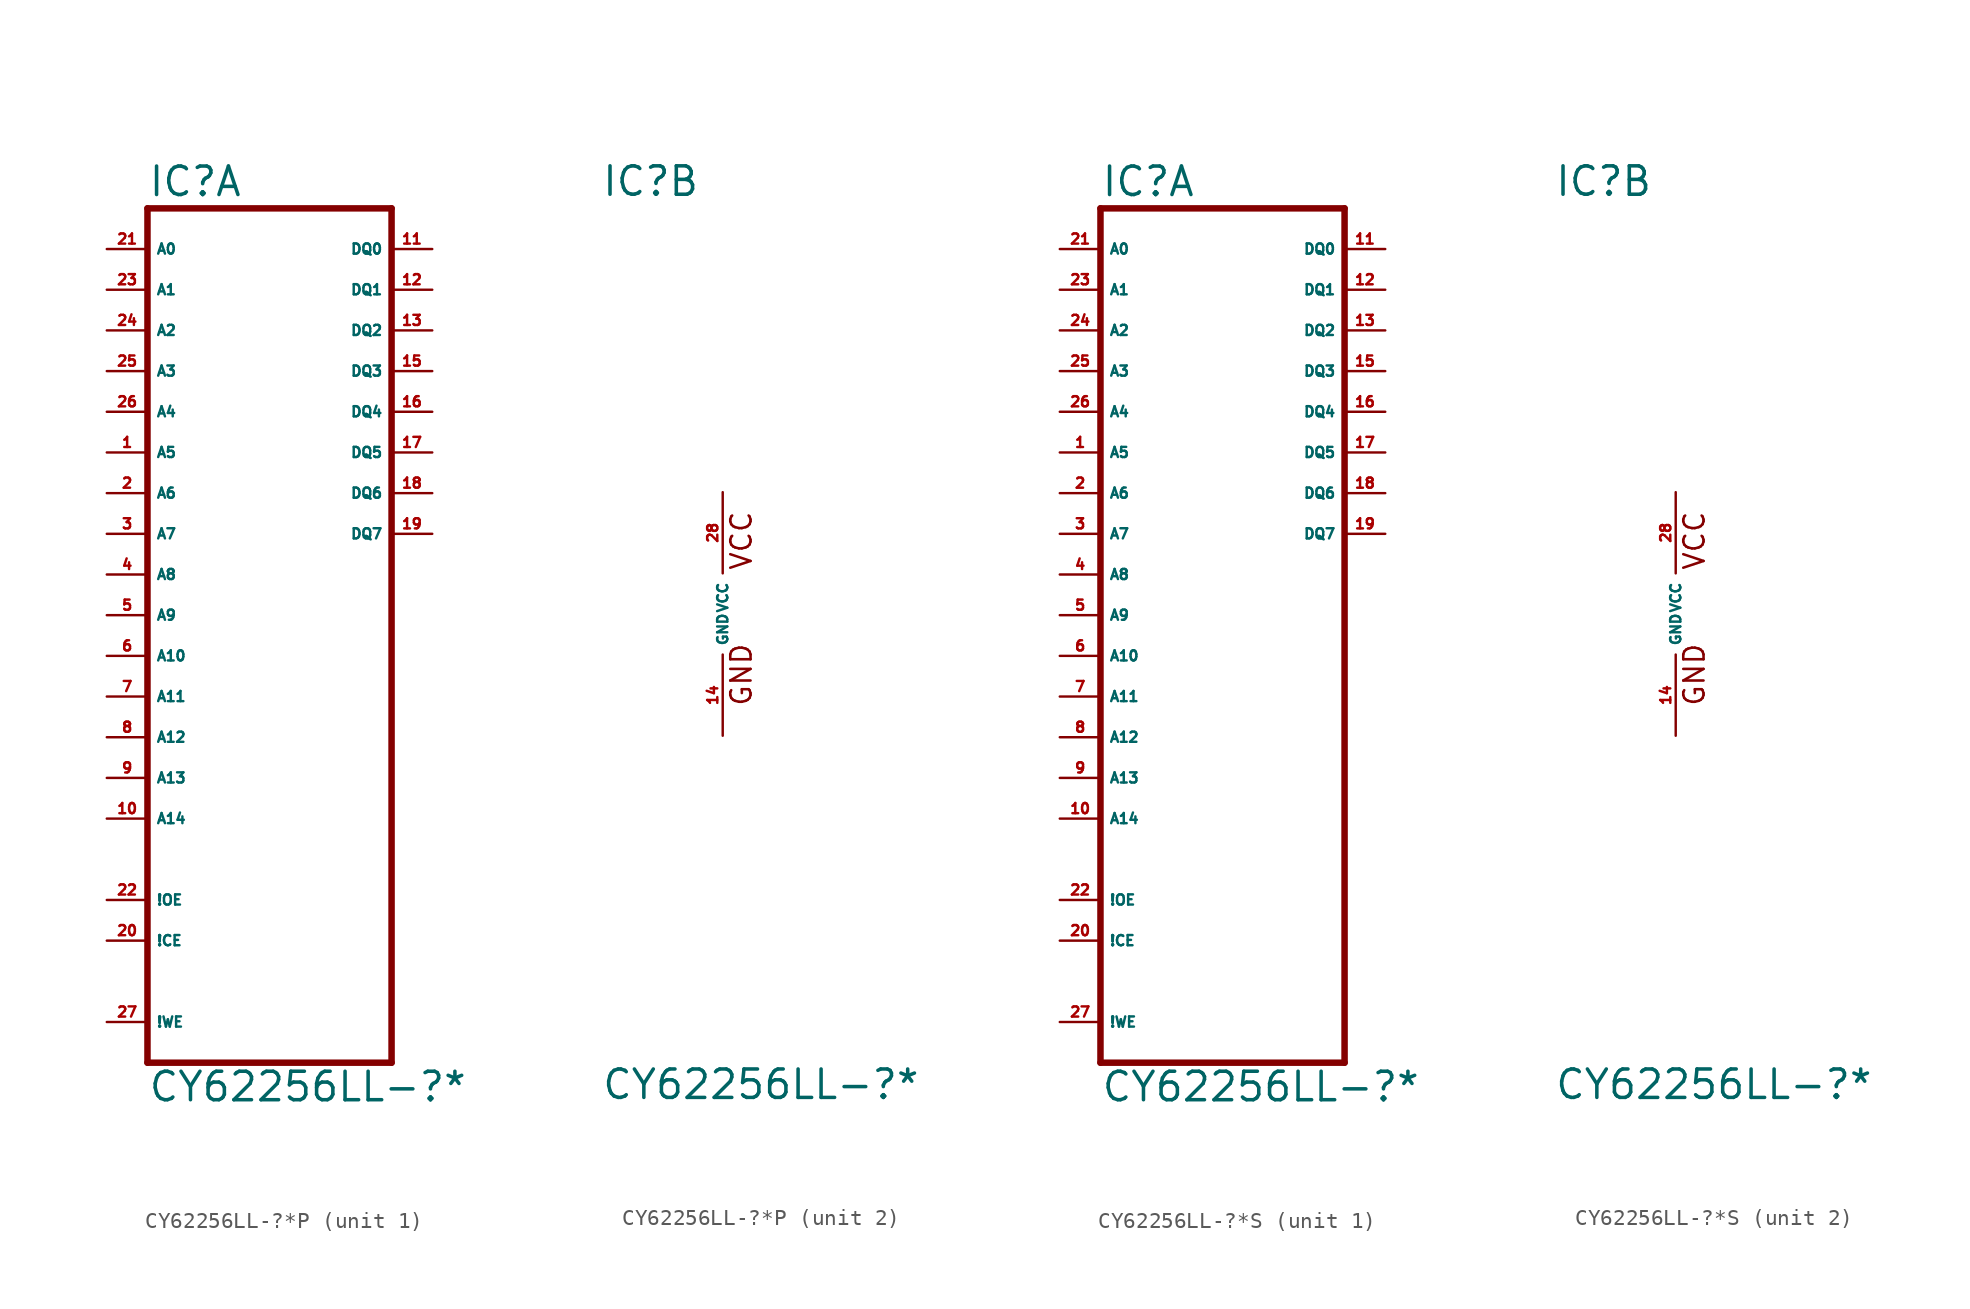
<source format=kicad_sym>
(kicad_symbol_lib
  (version 20220914)
  (generator Eagle2Kicad)
  (symbol "CY62256LL-?*P"
    (property "Reference" "IC"
      (at -7.62 26.035 0)
      (effects (font (size 1.778 1.778) (thickness 0.22)) (justify left bottom)))
    (property "Value" "CY62256LL-?*"
      (at -7.62 -30.48 0)
      (effects (font (size 1.778 1.778) (thickness 0.22)) (justify left bottom)))
    (symbol "CY62256LL-?*P_1_0"
      (polyline (pts (xy -7.62 25.4) (xy -7.62 -27.94)) (stroke (width 0.406) (type default)) (fill (type none)))
      (polyline (pts (xy 7.62 -27.94) (xy -7.62 -27.94)) (stroke (width 0.406) (type default)) (fill (type none)))
      (polyline (pts (xy 7.62 -27.94) (xy 7.62 25.4)) (stroke (width 0.406) (type default)) (fill (type none)))
      (polyline (pts (xy -7.62 25.4) (xy 7.62 25.4)) (stroke (width 0.406) (type default)) (fill (type none)))
      (pin input line (at -10.16 22.86 0) (length 2.54) (name "A0" (effects (font (size 0.635 0.635) (thickness 0.08)) (justify left bottom))) (number "21" (effects (font (size 0.635 0.635) (thickness 0.08)) (justify left bottom))))
      (pin input line (at -10.16 20.32 0) (length 2.54) (name "A1" (effects (font (size 0.635 0.635) (thickness 0.08)) (justify left bottom))) (number "23" (effects (font (size 0.635 0.635) (thickness 0.08)) (justify left bottom))))
      (pin input line (at -10.16 17.78 0) (length 2.54) (name "A2" (effects (font (size 0.635 0.635) (thickness 0.08)) (justify left bottom))) (number "24" (effects (font (size 0.635 0.635) (thickness 0.08)) (justify left bottom))))
      (pin input line (at -10.16 15.24 0) (length 2.54) (name "A3" (effects (font (size 0.635 0.635) (thickness 0.08)) (justify left bottom))) (number "25" (effects (font (size 0.635 0.635) (thickness 0.08)) (justify left bottom))))
      (pin input line (at -10.16 12.7 0) (length 2.54) (name "A4" (effects (font (size 0.635 0.635) (thickness 0.08)) (justify left bottom))) (number "26" (effects (font (size 0.635 0.635) (thickness 0.08)) (justify left bottom))))
      (pin input line (at -10.16 10.16 0) (length 2.54) (name "A5" (effects (font (size 0.635 0.635) (thickness 0.08)) (justify left bottom))) (number "1" (effects (font (size 0.635 0.635) (thickness 0.08)) (justify left bottom))))
      (pin input line (at -10.16 7.62 0) (length 2.54) (name "A6" (effects (font (size 0.635 0.635) (thickness 0.08)) (justify left bottom))) (number "2" (effects (font (size 0.635 0.635) (thickness 0.08)) (justify left bottom))))
      (pin input line (at -10.16 5.08 0) (length 2.54) (name "A7" (effects (font (size 0.635 0.635) (thickness 0.08)) (justify left bottom))) (number "3" (effects (font (size 0.635 0.635) (thickness 0.08)) (justify left bottom))))
      (pin input line (at -10.16 2.54 0) (length 2.54) (name "A8" (effects (font (size 0.635 0.635) (thickness 0.08)) (justify left bottom))) (number "4" (effects (font (size 0.635 0.635) (thickness 0.08)) (justify left bottom))))
      (pin bidirectional line (at 10.16 22.86 180) (length 2.54) (name "DQ0" (effects (font (size 0.635 0.635) (thickness 0.08)) (justify left bottom))) (number "11" (effects (font (size 0.635 0.635) (thickness 0.08)) (justify left bottom))))
      (pin bidirectional line (at 10.16 20.32 180) (length 2.54) (name "DQ1" (effects (font (size 0.635 0.635) (thickness 0.08)) (justify left bottom))) (number "12" (effects (font (size 0.635 0.635) (thickness 0.08)) (justify left bottom))))
      (pin bidirectional line (at 10.16 17.78 180) (length 2.54) (name "DQ2" (effects (font (size 0.635 0.635) (thickness 0.08)) (justify left bottom))) (number "13" (effects (font (size 0.635 0.635) (thickness 0.08)) (justify left bottom))))
      (pin bidirectional line (at 10.16 15.24 180) (length 2.54) (name "DQ3" (effects (font (size 0.635 0.635) (thickness 0.08)) (justify left bottom))) (number "15" (effects (font (size 0.635 0.635) (thickness 0.08)) (justify left bottom))))
      (pin bidirectional line (at 10.16 12.7 180) (length 2.54) (name "DQ4" (effects (font (size 0.635 0.635) (thickness 0.08)) (justify left bottom))) (number "16" (effects (font (size 0.635 0.635) (thickness 0.08)) (justify left bottom))))
      (pin bidirectional line (at 10.16 10.16 180) (length 2.54) (name "DQ5" (effects (font (size 0.635 0.635) (thickness 0.08)) (justify left bottom))) (number "17" (effects (font (size 0.635 0.635) (thickness 0.08)) (justify left bottom))))
      (pin bidirectional line (at 10.16 7.62 180) (length 2.54) (name "DQ6" (effects (font (size 0.635 0.635) (thickness 0.08)) (justify left bottom))) (number "18" (effects (font (size 0.635 0.635) (thickness 0.08)) (justify left bottom))))
      (pin bidirectional line (at 10.16 5.08 180) (length 2.54) (name "DQ7" (effects (font (size 0.635 0.635) (thickness 0.08)) (justify left bottom))) (number "19" (effects (font (size 0.635 0.635) (thickness 0.08)) (justify left bottom))))
      (pin input line (at -10.16 0 0) (length 2.54) (name "A9" (effects (font (size 0.635 0.635) (thickness 0.08)) (justify left bottom))) (number "5" (effects (font (size 0.635 0.635) (thickness 0.08)) (justify left bottom))))
      (pin input line (at -10.16 -2.54 0) (length 2.54) (name "A10" (effects (font (size 0.635 0.635) (thickness 0.08)) (justify left bottom))) (number "6" (effects (font (size 0.635 0.635) (thickness 0.08)) (justify left bottom))))
      (pin input line (at -10.16 -5.08 0) (length 2.54) (name "A11" (effects (font (size 0.635 0.635) (thickness 0.08)) (justify left bottom))) (number "7" (effects (font (size 0.635 0.635) (thickness 0.08)) (justify left bottom))))
      (pin input line (at -10.16 -7.62 0) (length 2.54) (name "A12" (effects (font (size 0.635 0.635) (thickness 0.08)) (justify left bottom))) (number "8" (effects (font (size 0.635 0.635) (thickness 0.08)) (justify left bottom))))
      (pin input line (at -10.16 -10.16 0) (length 2.54) (name "A13" (effects (font (size 0.635 0.635) (thickness 0.08)) (justify left bottom))) (number "9" (effects (font (size 0.635 0.635) (thickness 0.08)) (justify left bottom))))
      (pin input line (at -10.16 -12.7 0) (length 2.54) (name "A14" (effects (font (size 0.635 0.635) (thickness 0.08)) (justify left bottom))) (number "10" (effects (font (size 0.635 0.635) (thickness 0.08)) (justify left bottom))))
      (pin input line (at -10.16 -17.78 0) (length 2.54) (name "!OE" (effects (font (size 0.635 0.635) (thickness 0.08)) (justify left bottom))) (number "22" (effects (font (size 0.635 0.635) (thickness 0.08)) (justify left bottom))))
      (pin input line (at -10.16 -25.4 0) (length 2.54) (name "!WE" (effects (font (size 0.635 0.635) (thickness 0.08)) (justify left bottom))) (number "27" (effects (font (size 0.635 0.635) (thickness 0.08)) (justify left bottom))))
      (pin input line (at -10.16 -20.32 0) (length 2.54) (name "!CE" (effects (font (size 0.635 0.635) (thickness 0.08)) (justify left bottom))) (number "20" (effects (font (size 0.635 0.635) (thickness 0.08)) (justify left bottom)))))
    (symbol "CY62256LL-?*P_2_0"
      (text "GND" (at 1.905 -5.842 900) (effects (font (size 1.27 1.27) (thickness 0.16)) (justify left bottom)))
      (text "VCC" (at 1.905 2.667 900) (effects (font (size 1.27 1.27) (thickness 0.16)) (justify left bottom)))
      (pin unspecified line (at 0 -7.62 90) (length 5.08) (name "GND" (effects (font (size 0.635 0.635) (thickness 0.08)) (justify left bottom))) (number "14" (effects (font (size 0.635 0.635) (thickness 0.08)) (justify left bottom))))
      (pin unspecified line (at 0 7.62 270) (length 5.08) (name "VCC" (effects (font (size 0.635 0.635) (thickness 0.08)) (justify left bottom))) (number "28" (effects (font (size 0.635 0.635) (thickness 0.08)) (justify left bottom))))))
  (symbol "CY62256LL-?*S"
    (property "Reference" "IC"
      (at -7.62 26.035 0)
      (effects (font (size 1.778 1.778) (thickness 0.22)) (justify left bottom)))
    (property "Value" "CY62256LL-?*"
      (at -7.62 -30.48 0)
      (effects (font (size 1.778 1.778) (thickness 0.22)) (justify left bottom)))
    (symbol "CY62256LL-?*S_1_0"
      (polyline (pts (xy -7.62 25.4) (xy -7.62 -27.94)) (stroke (width 0.406) (type default)) (fill (type none)))
      (polyline (pts (xy 7.62 -27.94) (xy -7.62 -27.94)) (stroke (width 0.406) (type default)) (fill (type none)))
      (polyline (pts (xy 7.62 -27.94) (xy 7.62 25.4)) (stroke (width 0.406) (type default)) (fill (type none)))
      (polyline (pts (xy -7.62 25.4) (xy 7.62 25.4)) (stroke (width 0.406) (type default)) (fill (type none)))
      (pin input line (at -10.16 22.86 0) (length 2.54) (name "A0" (effects (font (size 0.635 0.635) (thickness 0.08)) (justify left bottom))) (number "21" (effects (font (size 0.635 0.635) (thickness 0.08)) (justify left bottom))))
      (pin input line (at -10.16 20.32 0) (length 2.54) (name "A1" (effects (font (size 0.635 0.635) (thickness 0.08)) (justify left bottom))) (number "23" (effects (font (size 0.635 0.635) (thickness 0.08)) (justify left bottom))))
      (pin input line (at -10.16 17.78 0) (length 2.54) (name "A2" (effects (font (size 0.635 0.635) (thickness 0.08)) (justify left bottom))) (number "24" (effects (font (size 0.635 0.635) (thickness 0.08)) (justify left bottom))))
      (pin input line (at -10.16 15.24 0) (length 2.54) (name "A3" (effects (font (size 0.635 0.635) (thickness 0.08)) (justify left bottom))) (number "25" (effects (font (size 0.635 0.635) (thickness 0.08)) (justify left bottom))))
      (pin input line (at -10.16 12.7 0) (length 2.54) (name "A4" (effects (font (size 0.635 0.635) (thickness 0.08)) (justify left bottom))) (number "26" (effects (font (size 0.635 0.635) (thickness 0.08)) (justify left bottom))))
      (pin input line (at -10.16 10.16 0) (length 2.54) (name "A5" (effects (font (size 0.635 0.635) (thickness 0.08)) (justify left bottom))) (number "1" (effects (font (size 0.635 0.635) (thickness 0.08)) (justify left bottom))))
      (pin input line (at -10.16 7.62 0) (length 2.54) (name "A6" (effects (font (size 0.635 0.635) (thickness 0.08)) (justify left bottom))) (number "2" (effects (font (size 0.635 0.635) (thickness 0.08)) (justify left bottom))))
      (pin input line (at -10.16 5.08 0) (length 2.54) (name "A7" (effects (font (size 0.635 0.635) (thickness 0.08)) (justify left bottom))) (number "3" (effects (font (size 0.635 0.635) (thickness 0.08)) (justify left bottom))))
      (pin input line (at -10.16 2.54 0) (length 2.54) (name "A8" (effects (font (size 0.635 0.635) (thickness 0.08)) (justify left bottom))) (number "4" (effects (font (size 0.635 0.635) (thickness 0.08)) (justify left bottom))))
      (pin bidirectional line (at 10.16 22.86 180) (length 2.54) (name "DQ0" (effects (font (size 0.635 0.635) (thickness 0.08)) (justify left bottom))) (number "11" (effects (font (size 0.635 0.635) (thickness 0.08)) (justify left bottom))))
      (pin bidirectional line (at 10.16 20.32 180) (length 2.54) (name "DQ1" (effects (font (size 0.635 0.635) (thickness 0.08)) (justify left bottom))) (number "12" (effects (font (size 0.635 0.635) (thickness 0.08)) (justify left bottom))))
      (pin bidirectional line (at 10.16 17.78 180) (length 2.54) (name "DQ2" (effects (font (size 0.635 0.635) (thickness 0.08)) (justify left bottom))) (number "13" (effects (font (size 0.635 0.635) (thickness 0.08)) (justify left bottom))))
      (pin bidirectional line (at 10.16 15.24 180) (length 2.54) (name "DQ3" (effects (font (size 0.635 0.635) (thickness 0.08)) (justify left bottom))) (number "15" (effects (font (size 0.635 0.635) (thickness 0.08)) (justify left bottom))))
      (pin bidirectional line (at 10.16 12.7 180) (length 2.54) (name "DQ4" (effects (font (size 0.635 0.635) (thickness 0.08)) (justify left bottom))) (number "16" (effects (font (size 0.635 0.635) (thickness 0.08)) (justify left bottom))))
      (pin bidirectional line (at 10.16 10.16 180) (length 2.54) (name "DQ5" (effects (font (size 0.635 0.635) (thickness 0.08)) (justify left bottom))) (number "17" (effects (font (size 0.635 0.635) (thickness 0.08)) (justify left bottom))))
      (pin bidirectional line (at 10.16 7.62 180) (length 2.54) (name "DQ6" (effects (font (size 0.635 0.635) (thickness 0.08)) (justify left bottom))) (number "18" (effects (font (size 0.635 0.635) (thickness 0.08)) (justify left bottom))))
      (pin bidirectional line (at 10.16 5.08 180) (length 2.54) (name "DQ7" (effects (font (size 0.635 0.635) (thickness 0.08)) (justify left bottom))) (number "19" (effects (font (size 0.635 0.635) (thickness 0.08)) (justify left bottom))))
      (pin input line (at -10.16 0 0) (length 2.54) (name "A9" (effects (font (size 0.635 0.635) (thickness 0.08)) (justify left bottom))) (number "5" (effects (font (size 0.635 0.635) (thickness 0.08)) (justify left bottom))))
      (pin input line (at -10.16 -2.54 0) (length 2.54) (name "A10" (effects (font (size 0.635 0.635) (thickness 0.08)) (justify left bottom))) (number "6" (effects (font (size 0.635 0.635) (thickness 0.08)) (justify left bottom))))
      (pin input line (at -10.16 -5.08 0) (length 2.54) (name "A11" (effects (font (size 0.635 0.635) (thickness 0.08)) (justify left bottom))) (number "7" (effects (font (size 0.635 0.635) (thickness 0.08)) (justify left bottom))))
      (pin input line (at -10.16 -7.62 0) (length 2.54) (name "A12" (effects (font (size 0.635 0.635) (thickness 0.08)) (justify left bottom))) (number "8" (effects (font (size 0.635 0.635) (thickness 0.08)) (justify left bottom))))
      (pin input line (at -10.16 -10.16 0) (length 2.54) (name "A13" (effects (font (size 0.635 0.635) (thickness 0.08)) (justify left bottom))) (number "9" (effects (font (size 0.635 0.635) (thickness 0.08)) (justify left bottom))))
      (pin input line (at -10.16 -12.7 0) (length 2.54) (name "A14" (effects (font (size 0.635 0.635) (thickness 0.08)) (justify left bottom))) (number "10" (effects (font (size 0.635 0.635) (thickness 0.08)) (justify left bottom))))
      (pin input line (at -10.16 -17.78 0) (length 2.54) (name "!OE" (effects (font (size 0.635 0.635) (thickness 0.08)) (justify left bottom))) (number "22" (effects (font (size 0.635 0.635) (thickness 0.08)) (justify left bottom))))
      (pin input line (at -10.16 -25.4 0) (length 2.54) (name "!WE" (effects (font (size 0.635 0.635) (thickness 0.08)) (justify left bottom))) (number "27" (effects (font (size 0.635 0.635) (thickness 0.08)) (justify left bottom))))
      (pin input line (at -10.16 -20.32 0) (length 2.54) (name "!CE" (effects (font (size 0.635 0.635) (thickness 0.08)) (justify left bottom))) (number "20" (effects (font (size 0.635 0.635) (thickness 0.08)) (justify left bottom)))))
    (symbol "CY62256LL-?*S_2_0"
      (text "GND" (at 1.905 -5.842 900) (effects (font (size 1.27 1.27) (thickness 0.16)) (justify left bottom)))
      (text "VCC" (at 1.905 2.667 900) (effects (font (size 1.27 1.27) (thickness 0.16)) (justify left bottom)))
      (pin unspecified line (at 0 -7.62 90) (length 5.08) (name "GND" (effects (font (size 0.635 0.635) (thickness 0.08)) (justify left bottom))) (number "14" (effects (font (size 0.635 0.635) (thickness 0.08)) (justify left bottom))))
      (pin unspecified line (at 0 7.62 270) (length 5.08) (name "VCC" (effects (font (size 0.635 0.635) (thickness 0.08)) (justify left bottom))) (number "28" (effects (font (size 0.635 0.635) (thickness 0.08)) (justify left bottom)))))))
</source>
